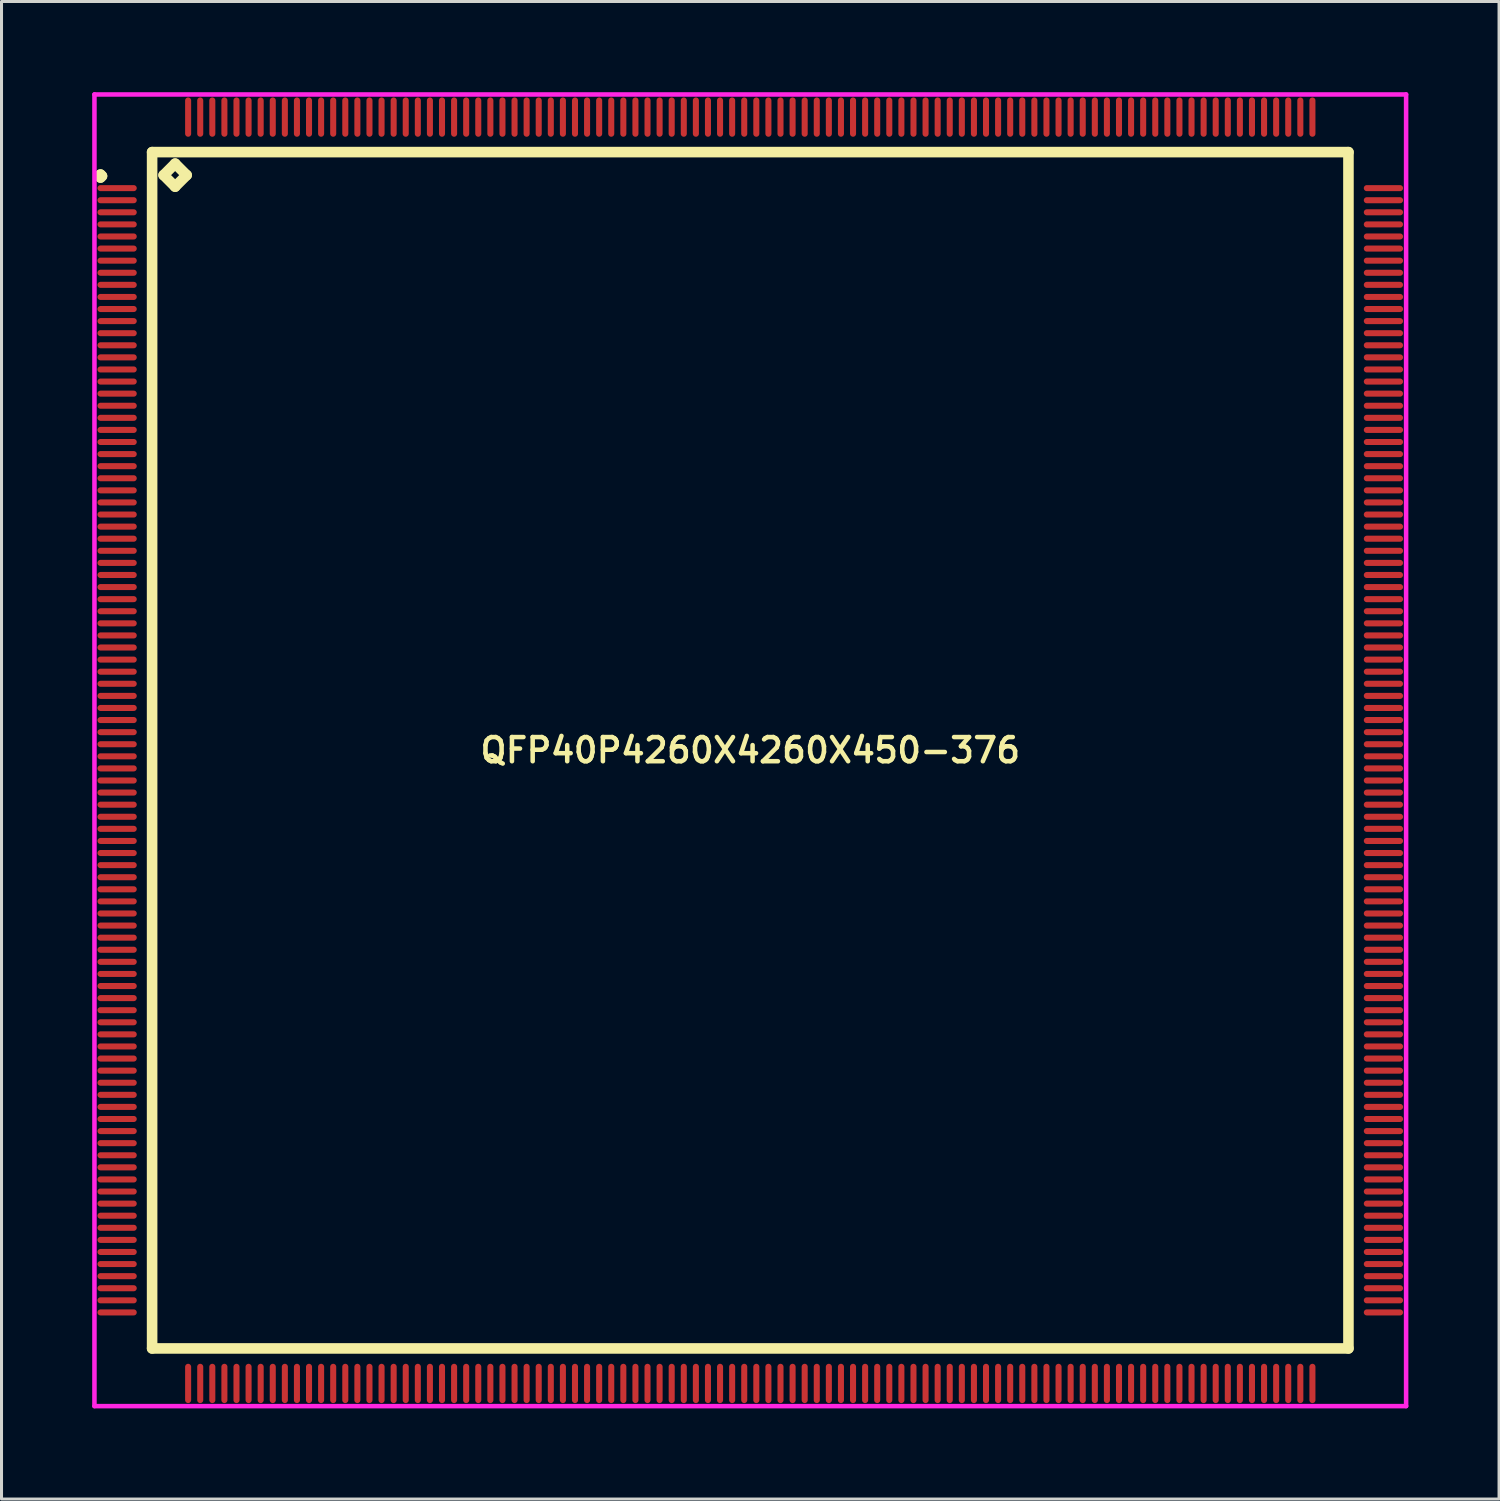
<source format=kicad_pcb>
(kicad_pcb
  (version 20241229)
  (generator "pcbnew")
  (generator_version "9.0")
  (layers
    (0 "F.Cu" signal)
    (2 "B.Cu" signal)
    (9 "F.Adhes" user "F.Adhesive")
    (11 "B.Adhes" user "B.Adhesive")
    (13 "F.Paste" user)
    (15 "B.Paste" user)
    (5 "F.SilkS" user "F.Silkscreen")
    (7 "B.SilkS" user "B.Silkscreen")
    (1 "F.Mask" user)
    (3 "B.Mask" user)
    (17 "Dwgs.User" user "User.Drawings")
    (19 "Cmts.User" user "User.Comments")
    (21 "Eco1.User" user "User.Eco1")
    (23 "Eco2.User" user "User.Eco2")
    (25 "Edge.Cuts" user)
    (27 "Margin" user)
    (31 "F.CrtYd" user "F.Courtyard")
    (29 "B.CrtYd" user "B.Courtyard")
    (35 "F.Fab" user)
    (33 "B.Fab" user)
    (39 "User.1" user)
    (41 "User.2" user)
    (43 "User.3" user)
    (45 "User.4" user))
  (footprint "QFP40P4260X4260X450-376"
    (layer "F.Cu")
    (at 21.775 21.775)
    (property "Reference" "QFP40P4260X4260X450-376" (at 0 0 0) (layer "F.SilkS") (effects (font (size 0.8 0.8) (thickness 0.15))))
    (attr through_hole)
    (fp_line (start -21.55 -19) (end -21.5 -19.05) (stroke (width 0.35) (type solid)) (layer "F.SilkS"))
    (fp_line (start -21.5 -19.05) (end -21.45 -19) (stroke (width 0.35) (type solid)) (layer "F.SilkS"))
    (fp_line (start -21.5 -18.95) (end -21.55 -19) (stroke (width 0.35) (type solid)) (layer "F.SilkS"))
    (fp_line (start -21.45 -19) (end -21.5 -18.95) (stroke (width 0.35) (type solid)) (layer "F.SilkS"))
    (fp_line (start -19.792 -19.792) (end -19.792 19.792) (stroke (width 0.35) (type solid)) (layer "F.SilkS"))
    (fp_line (start -19.792 19.792) (end 19.792 19.792) (stroke (width 0.35) (type solid)) (layer "F.SilkS"))
    (fp_line (start -19.411 -19.03) (end -19.03 -19.411) (stroke (width 0.35) (type solid)) (layer "F.SilkS"))
    (fp_line (start -19.03 -19.411) (end -18.649 -19.03) (stroke (width 0.35) (type solid)) (layer "F.SilkS"))
    (fp_line (start -19.03 -18.649) (end -19.411 -19.03) (stroke (width 0.35) (type solid)) (layer "F.SilkS"))
    (fp_line (start -18.649 -19.03) (end -19.03 -18.649) (stroke (width 0.35) (type solid)) (layer "F.SilkS"))
    (fp_line (start 19.792 -19.792) (end -19.792 -19.792) (stroke (width 0.35) (type solid)) (layer "F.SilkS"))
    (fp_line (start 19.792 19.792) (end 19.792 -19.792) (stroke (width 0.35) (type solid)) (layer "F.SilkS"))
    (fp_line (start -21.7 -21.7) (end 21.7 -21.7) (stroke (width 0.15) (type solid)) (layer "F.CrtYd"))
    (fp_line (start -21.7 21.7) (end -21.7 -21.7) (stroke (width 0.15) (type solid)) (layer "F.CrtYd"))
    (fp_line (start 21.7 -21.7) (end 21.7 21.7) (stroke (width 0.15) (type solid)) (layer "F.CrtYd"))
    (fp_line (start 21.7 21.7) (end -21.7 21.7) (stroke (width 0.15) (type solid)) (layer "F.CrtYd"))
    (pad "1" smd oval (at -20.95 -18.6) (size 1.3 0.2) (layers "F.Cu" "F.Mask" "F.Paste"))
    (pad "2" smd oval (at -20.95 -18.2) (size 1.3 0.2) (layers "F.Cu" "F.Mask" "F.Paste"))
    (pad "3" smd oval (at -20.95 -17.8) (size 1.3 0.2) (layers "F.Cu" "F.Mask" "F.Paste"))
    (pad "4" smd oval (at -20.95 -17.4) (size 1.3 0.2) (layers "F.Cu" "F.Mask" "F.Paste"))
    (pad "5" smd oval (at -20.95 -17) (size 1.3 0.2) (layers "F.Cu" "F.Mask" "F.Paste"))
    (pad "6" smd oval (at -20.95 -16.6) (size 1.3 0.2) (layers "F.Cu" "F.Mask" "F.Paste"))
    (pad "7" smd oval (at -20.95 -16.2) (size 1.3 0.2) (layers "F.Cu" "F.Mask" "F.Paste"))
    (pad "8" smd oval (at -20.95 -15.8) (size 1.3 0.2) (layers "F.Cu" "F.Mask" "F.Paste"))
    (pad "9" smd oval (at -20.95 -15.4) (size 1.3 0.2) (layers "F.Cu" "F.Mask" "F.Paste"))
    (pad "10" smd oval (at -20.95 -15) (size 1.3 0.2) (layers "F.Cu" "F.Mask" "F.Paste"))
    (pad "11" smd oval (at -20.95 -14.6) (size 1.3 0.2) (layers "F.Cu" "F.Mask" "F.Paste"))
    (pad "12" smd oval (at -20.95 -14.2) (size 1.3 0.2) (layers "F.Cu" "F.Mask" "F.Paste"))
    (pad "13" smd oval (at -20.95 -13.8) (size 1.3 0.2) (layers "F.Cu" "F.Mask" "F.Paste"))
    (pad "14" smd oval (at -20.95 -13.4) (size 1.3 0.2) (layers "F.Cu" "F.Mask" "F.Paste"))
    (pad "15" smd oval (at -20.95 -13) (size 1.3 0.2) (layers "F.Cu" "F.Mask" "F.Paste"))
    (pad "16" smd oval (at -20.95 -12.6) (size 1.3 0.2) (layers "F.Cu" "F.Mask" "F.Paste"))
    (pad "17" smd oval (at -20.95 -12.2) (size 1.3 0.2) (layers "F.Cu" "F.Mask" "F.Paste"))
    (pad "18" smd oval (at -20.95 -11.8) (size 1.3 0.2) (layers "F.Cu" "F.Mask" "F.Paste"))
    (pad "19" smd oval (at -20.95 -11.4) (size 1.3 0.2) (layers "F.Cu" "F.Mask" "F.Paste"))
    (pad "20" smd oval (at -20.95 -11) (size 1.3 0.2) (layers "F.Cu" "F.Mask" "F.Paste"))
    (pad "21" smd oval (at -20.95 -10.6) (size 1.3 0.2) (layers "F.Cu" "F.Mask" "F.Paste"))
    (pad "22" smd oval (at -20.95 -10.2) (size 1.3 0.2) (layers "F.Cu" "F.Mask" "F.Paste"))
    (pad "23" smd oval (at -20.95 -9.8) (size 1.3 0.2) (layers "F.Cu" "F.Mask" "F.Paste"))
    (pad "24" smd oval (at -20.95 -9.4) (size 1.3 0.2) (layers "F.Cu" "F.Mask" "F.Paste"))
    (pad "25" smd oval (at -20.95 -9) (size 1.3 0.2) (layers "F.Cu" "F.Mask" "F.Paste"))
    (pad "26" smd oval (at -20.95 -8.6) (size 1.3 0.2) (layers "F.Cu" "F.Mask" "F.Paste"))
    (pad "27" smd oval (at -20.95 -8.2) (size 1.3 0.2) (layers "F.Cu" "F.Mask" "F.Paste"))
    (pad "28" smd oval (at -20.95 -7.8) (size 1.3 0.2) (layers "F.Cu" "F.Mask" "F.Paste"))
    (pad "29" smd oval (at -20.95 -7.4) (size 1.3 0.2) (layers "F.Cu" "F.Mask" "F.Paste"))
    (pad "30" smd oval (at -20.95 -7) (size 1.3 0.2) (layers "F.Cu" "F.Mask" "F.Paste"))
    (pad "31" smd oval (at -20.95 -6.6) (size 1.3 0.2) (layers "F.Cu" "F.Mask" "F.Paste"))
    (pad "32" smd oval (at -20.95 -6.2) (size 1.3 0.2) (layers "F.Cu" "F.Mask" "F.Paste"))
    (pad "33" smd oval (at -20.95 -5.8) (size 1.3 0.2) (layers "F.Cu" "F.Mask" "F.Paste"))
    (pad "34" smd oval (at -20.95 -5.4) (size 1.3 0.2) (layers "F.Cu" "F.Mask" "F.Paste"))
    (pad "35" smd oval (at -20.95 -5) (size 1.3 0.2) (layers "F.Cu" "F.Mask" "F.Paste"))
    (pad "36" smd oval (at -20.95 -4.6) (size 1.3 0.2) (layers "F.Cu" "F.Mask" "F.Paste"))
    (pad "37" smd oval (at -20.95 -4.2) (size 1.3 0.2) (layers "F.Cu" "F.Mask" "F.Paste"))
    (pad "38" smd oval (at -20.95 -3.8) (size 1.3 0.2) (layers "F.Cu" "F.Mask" "F.Paste"))
    (pad "39" smd oval (at -20.95 -3.4) (size 1.3 0.2) (layers "F.Cu" "F.Mask" "F.Paste"))
    (pad "40" smd oval (at -20.95 -3) (size 1.3 0.2) (layers "F.Cu" "F.Mask" "F.Paste"))
    (pad "41" smd oval (at -20.95 -2.6) (size 1.3 0.2) (layers "F.Cu" "F.Mask" "F.Paste"))
    (pad "42" smd oval (at -20.95 -2.2) (size 1.3 0.2) (layers "F.Cu" "F.Mask" "F.Paste"))
    (pad "43" smd oval (at -20.95 -1.8) (size 1.3 0.2) (layers "F.Cu" "F.Mask" "F.Paste"))
    (pad "44" smd oval (at -20.95 -1.4) (size 1.3 0.2) (layers "F.Cu" "F.Mask" "F.Paste"))
    (pad "45" smd oval (at -20.95 -1) (size 1.3 0.2) (layers "F.Cu" "F.Mask" "F.Paste"))
    (pad "46" smd oval (at -20.95 -0.6) (size 1.3 0.2) (layers "F.Cu" "F.Mask" "F.Paste"))
    (pad "47" smd oval (at -20.95 -0.2) (size 1.3 0.2) (layers "F.Cu" "F.Mask" "F.Paste"))
    (pad "48" smd oval (at -20.95 0.2) (size 1.3 0.2) (layers "F.Cu" "F.Mask" "F.Paste"))
    (pad "49" smd oval (at -20.95 0.6) (size 1.3 0.2) (layers "F.Cu" "F.Mask" "F.Paste"))
    (pad "50" smd oval (at -20.95 1) (size 1.3 0.2) (layers "F.Cu" "F.Mask" "F.Paste"))
    (pad "51" smd oval (at -20.95 1.4) (size 1.3 0.2) (layers "F.Cu" "F.Mask" "F.Paste"))
    (pad "52" smd oval (at -20.95 1.8) (size 1.3 0.2) (layers "F.Cu" "F.Mask" "F.Paste"))
    (pad "53" smd oval (at -20.95 2.2) (size 1.3 0.2) (layers "F.Cu" "F.Mask" "F.Paste"))
    (pad "54" smd oval (at -20.95 2.6) (size 1.3 0.2) (layers "F.Cu" "F.Mask" "F.Paste"))
    (pad "55" smd oval (at -20.95 3) (size 1.3 0.2) (layers "F.Cu" "F.Mask" "F.Paste"))
    (pad "56" smd oval (at -20.95 3.4) (size 1.3 0.2) (layers "F.Cu" "F.Mask" "F.Paste"))
    (pad "57" smd oval (at -20.95 3.8) (size 1.3 0.2) (layers "F.Cu" "F.Mask" "F.Paste"))
    (pad "58" smd oval (at -20.95 4.2) (size 1.3 0.2) (layers "F.Cu" "F.Mask" "F.Paste"))
    (pad "59" smd oval (at -20.95 4.6) (size 1.3 0.2) (layers "F.Cu" "F.Mask" "F.Paste"))
    (pad "60" smd oval (at -20.95 5) (size 1.3 0.2) (layers "F.Cu" "F.Mask" "F.Paste"))
    (pad "61" smd oval (at -20.95 5.4) (size 1.3 0.2) (layers "F.Cu" "F.Mask" "F.Paste"))
    (pad "62" smd oval (at -20.95 5.8) (size 1.3 0.2) (layers "F.Cu" "F.Mask" "F.Paste"))
    (pad "63" smd oval (at -20.95 6.2) (size 1.3 0.2) (layers "F.Cu" "F.Mask" "F.Paste"))
    (pad "64" smd oval (at -20.95 6.6) (size 1.3 0.2) (layers "F.Cu" "F.Mask" "F.Paste"))
    (pad "65" smd oval (at -20.95 7) (size 1.3 0.2) (layers "F.Cu" "F.Mask" "F.Paste"))
    (pad "66" smd oval (at -20.95 7.4) (size 1.3 0.2) (layers "F.Cu" "F.Mask" "F.Paste"))
    (pad "67" smd oval (at -20.95 7.8) (size 1.3 0.2) (layers "F.Cu" "F.Mask" "F.Paste"))
    (pad "68" smd oval (at -20.95 8.2) (size 1.3 0.2) (layers "F.Cu" "F.Mask" "F.Paste"))
    (pad "69" smd oval (at -20.95 8.6) (size 1.3 0.2) (layers "F.Cu" "F.Mask" "F.Paste"))
    (pad "70" smd oval (at -20.95 9) (size 1.3 0.2) (layers "F.Cu" "F.Mask" "F.Paste"))
    (pad "71" smd oval (at -20.95 9.4) (size 1.3 0.2) (layers "F.Cu" "F.Mask" "F.Paste"))
    (pad "72" smd oval (at -20.95 9.8) (size 1.3 0.2) (layers "F.Cu" "F.Mask" "F.Paste"))
    (pad "73" smd oval (at -20.95 10.2) (size 1.3 0.2) (layers "F.Cu" "F.Mask" "F.Paste"))
    (pad "74" smd oval (at -20.95 10.6) (size 1.3 0.2) (layers "F.Cu" "F.Mask" "F.Paste"))
    (pad "75" smd oval (at -20.95 11) (size 1.3 0.2) (layers "F.Cu" "F.Mask" "F.Paste"))
    (pad "76" smd oval (at -20.95 11.4) (size 1.3 0.2) (layers "F.Cu" "F.Mask" "F.Paste"))
    (pad "77" smd oval (at -20.95 11.8) (size 1.3 0.2) (layers "F.Cu" "F.Mask" "F.Paste"))
    (pad "78" smd oval (at -20.95 12.2) (size 1.3 0.2) (layers "F.Cu" "F.Mask" "F.Paste"))
    (pad "79" smd oval (at -20.95 12.6) (size 1.3 0.2) (layers "F.Cu" "F.Mask" "F.Paste"))
    (pad "80" smd oval (at -20.95 13) (size 1.3 0.2) (layers "F.Cu" "F.Mask" "F.Paste"))
    (pad "81" smd oval (at -20.95 13.4) (size 1.3 0.2) (layers "F.Cu" "F.Mask" "F.Paste"))
    (pad "82" smd oval (at -20.95 13.8) (size 1.3 0.2) (layers "F.Cu" "F.Mask" "F.Paste"))
    (pad "83" smd oval (at -20.95 14.2) (size 1.3 0.2) (layers "F.Cu" "F.Mask" "F.Paste"))
    (pad "84" smd oval (at -20.95 14.6) (size 1.3 0.2) (layers "F.Cu" "F.Mask" "F.Paste"))
    (pad "85" smd oval (at -20.95 15) (size 1.3 0.2) (layers "F.Cu" "F.Mask" "F.Paste"))
    (pad "86" smd oval (at -20.95 15.4) (size 1.3 0.2) (layers "F.Cu" "F.Mask" "F.Paste"))
    (pad "87" smd oval (at -20.95 15.8) (size 1.3 0.2) (layers "F.Cu" "F.Mask" "F.Paste"))
    (pad "88" smd oval (at -20.95 16.2) (size 1.3 0.2) (layers "F.Cu" "F.Mask" "F.Paste"))
    (pad "89" smd oval (at -20.95 16.6) (size 1.3 0.2) (layers "F.Cu" "F.Mask" "F.Paste"))
    (pad "90" smd oval (at -20.95 17) (size 1.3 0.2) (layers "F.Cu" "F.Mask" "F.Paste"))
    (pad "91" smd oval (at -20.95 17.4) (size 1.3 0.2) (layers "F.Cu" "F.Mask" "F.Paste"))
    (pad "92" smd oval (at -20.95 17.8) (size 1.3 0.2) (layers "F.Cu" "F.Mask" "F.Paste"))
    (pad "93" smd oval (at -20.95 18.2) (size 1.3 0.2) (layers "F.Cu" "F.Mask" "F.Paste"))
    (pad "94" smd oval (at -20.95 18.6) (size 1.3 0.2) (layers "F.Cu" "F.Mask" "F.Paste"))
    (pad "95" smd oval (at -18.6 20.95) (size 0.2 1.3) (layers "F.Cu" "F.Mask" "F.Paste"))
    (pad "96" smd oval (at -18.2 20.95) (size 0.2 1.3) (layers "F.Cu" "F.Mask" "F.Paste"))
    (pad "97" smd oval (at -17.8 20.95) (size 0.2 1.3) (layers "F.Cu" "F.Mask" "F.Paste"))
    (pad "98" smd oval (at -17.4 20.95) (size 0.2 1.3) (layers "F.Cu" "F.Mask" "F.Paste"))
    (pad "99" smd oval (at -17 20.95) (size 0.2 1.3) (layers "F.Cu" "F.Mask" "F.Paste"))
    (pad "100" smd oval (at -16.6 20.95) (size 0.2 1.3) (layers "F.Cu" "F.Mask" "F.Paste"))
    (pad "101" smd oval (at -16.2 20.95) (size 0.2 1.3) (layers "F.Cu" "F.Mask" "F.Paste"))
    (pad "102" smd oval (at -15.8 20.95) (size 0.2 1.3) (layers "F.Cu" "F.Mask" "F.Paste"))
    (pad "103" smd oval (at -15.4 20.95) (size 0.2 1.3) (layers "F.Cu" "F.Mask" "F.Paste"))
    (pad "104" smd oval (at -15 20.95) (size 0.2 1.3) (layers "F.Cu" "F.Mask" "F.Paste"))
    (pad "105" smd oval (at -14.6 20.95) (size 0.2 1.3) (layers "F.Cu" "F.Mask" "F.Paste"))
    (pad "106" smd oval (at -14.2 20.95) (size 0.2 1.3) (layers "F.Cu" "F.Mask" "F.Paste"))
    (pad "107" smd oval (at -13.8 20.95) (size 0.2 1.3) (layers "F.Cu" "F.Mask" "F.Paste"))
    (pad "108" smd oval (at -13.4 20.95) (size 0.2 1.3) (layers "F.Cu" "F.Mask" "F.Paste"))
    (pad "109" smd oval (at -13 20.95) (size 0.2 1.3) (layers "F.Cu" "F.Mask" "F.Paste"))
    (pad "110" smd oval (at -12.6 20.95) (size 0.2 1.3) (layers "F.Cu" "F.Mask" "F.Paste"))
    (pad "111" smd oval (at -12.2 20.95) (size 0.2 1.3) (layers "F.Cu" "F.Mask" "F.Paste"))
    (pad "112" smd oval (at -11.8 20.95) (size 0.2 1.3) (layers "F.Cu" "F.Mask" "F.Paste"))
    (pad "113" smd oval (at -11.4 20.95) (size 0.2 1.3) (layers "F.Cu" "F.Mask" "F.Paste"))
    (pad "114" smd oval (at -11 20.95) (size 0.2 1.3) (layers "F.Cu" "F.Mask" "F.Paste"))
    (pad "115" smd oval (at -10.6 20.95) (size 0.2 1.3) (layers "F.Cu" "F.Mask" "F.Paste"))
    (pad "116" smd oval (at -10.2 20.95) (size 0.2 1.3) (layers "F.Cu" "F.Mask" "F.Paste"))
    (pad "117" smd oval (at -9.8 20.95) (size 0.2 1.3) (layers "F.Cu" "F.Mask" "F.Paste"))
    (pad "118" smd oval (at -9.4 20.95) (size 0.2 1.3) (layers "F.Cu" "F.Mask" "F.Paste"))
    (pad "119" smd oval (at -9 20.95) (size 0.2 1.3) (layers "F.Cu" "F.Mask" "F.Paste"))
    (pad "120" smd oval (at -8.6 20.95) (size 0.2 1.3) (layers "F.Cu" "F.Mask" "F.Paste"))
    (pad "121" smd oval (at -8.2 20.95) (size 0.2 1.3) (layers "F.Cu" "F.Mask" "F.Paste"))
    (pad "122" smd oval (at -7.8 20.95) (size 0.2 1.3) (layers "F.Cu" "F.Mask" "F.Paste"))
    (pad "123" smd oval (at -7.4 20.95) (size 0.2 1.3) (layers "F.Cu" "F.Mask" "F.Paste"))
    (pad "124" smd oval (at -7 20.95) (size 0.2 1.3) (layers "F.Cu" "F.Mask" "F.Paste"))
    (pad "125" smd oval (at -6.6 20.95) (size 0.2 1.3) (layers "F.Cu" "F.Mask" "F.Paste"))
    (pad "126" smd oval (at -6.2 20.95) (size 0.2 1.3) (layers "F.Cu" "F.Mask" "F.Paste"))
    (pad "127" smd oval (at -5.8 20.95) (size 0.2 1.3) (layers "F.Cu" "F.Mask" "F.Paste"))
    (pad "128" smd oval (at -5.4 20.95) (size 0.2 1.3) (layers "F.Cu" "F.Mask" "F.Paste"))
    (pad "129" smd oval (at -5 20.95) (size 0.2 1.3) (layers "F.Cu" "F.Mask" "F.Paste"))
    (pad "130" smd oval (at -4.6 20.95) (size 0.2 1.3) (layers "F.Cu" "F.Mask" "F.Paste"))
    (pad "131" smd oval (at -4.2 20.95) (size 0.2 1.3) (layers "F.Cu" "F.Mask" "F.Paste"))
    (pad "132" smd oval (at -3.8 20.95) (size 0.2 1.3) (layers "F.Cu" "F.Mask" "F.Paste"))
    (pad "133" smd oval (at -3.4 20.95) (size 0.2 1.3) (layers "F.Cu" "F.Mask" "F.Paste"))
    (pad "134" smd oval (at -3 20.95) (size 0.2 1.3) (layers "F.Cu" "F.Mask" "F.Paste"))
    (pad "135" smd oval (at -2.6 20.95) (size 0.2 1.3) (layers "F.Cu" "F.Mask" "F.Paste"))
    (pad "136" smd oval (at -2.2 20.95) (size 0.2 1.3) (layers "F.Cu" "F.Mask" "F.Paste"))
    (pad "137" smd oval (at -1.8 20.95) (size 0.2 1.3) (layers "F.Cu" "F.Mask" "F.Paste"))
    (pad "138" smd oval (at -1.4 20.95) (size 0.2 1.3) (layers "F.Cu" "F.Mask" "F.Paste"))
    (pad "139" smd oval (at -1 20.95) (size 0.2 1.3) (layers "F.Cu" "F.Mask" "F.Paste"))
    (pad "140" smd oval (at -0.6 20.95) (size 0.2 1.3) (layers "F.Cu" "F.Mask" "F.Paste"))
    (pad "141" smd oval (at -0.2 20.95) (size 0.2 1.3) (layers "F.Cu" "F.Mask" "F.Paste"))
    (pad "142" smd oval (at 0.2 20.95) (size 0.2 1.3) (layers "F.Cu" "F.Mask" "F.Paste"))
    (pad "143" smd oval (at 0.6 20.95) (size 0.2 1.3) (layers "F.Cu" "F.Mask" "F.Paste"))
    (pad "144" smd oval (at 1 20.95) (size 0.2 1.3) (layers "F.Cu" "F.Mask" "F.Paste"))
    (pad "145" smd oval (at 1.4 20.95) (size 0.2 1.3) (layers "F.Cu" "F.Mask" "F.Paste"))
    (pad "146" smd oval (at 1.8 20.95) (size 0.2 1.3) (layers "F.Cu" "F.Mask" "F.Paste"))
    (pad "147" smd oval (at 2.2 20.95) (size 0.2 1.3) (layers "F.Cu" "F.Mask" "F.Paste"))
    (pad "148" smd oval (at 2.6 20.95) (size 0.2 1.3) (layers "F.Cu" "F.Mask" "F.Paste"))
    (pad "149" smd oval (at 3 20.95) (size 0.2 1.3) (layers "F.Cu" "F.Mask" "F.Paste"))
    (pad "150" smd oval (at 3.4 20.95) (size 0.2 1.3) (layers "F.Cu" "F.Mask" "F.Paste"))
    (pad "151" smd oval (at 3.8 20.95) (size 0.2 1.3) (layers "F.Cu" "F.Mask" "F.Paste"))
    (pad "152" smd oval (at 4.2 20.95) (size 0.2 1.3) (layers "F.Cu" "F.Mask" "F.Paste"))
    (pad "153" smd oval (at 4.6 20.95) (size 0.2 1.3) (layers "F.Cu" "F.Mask" "F.Paste"))
    (pad "154" smd oval (at 5 20.95) (size 0.2 1.3) (layers "F.Cu" "F.Mask" "F.Paste"))
    (pad "155" smd oval (at 5.4 20.95) (size 0.2 1.3) (layers "F.Cu" "F.Mask" "F.Paste"))
    (pad "156" smd oval (at 5.8 20.95) (size 0.2 1.3) (layers "F.Cu" "F.Mask" "F.Paste"))
    (pad "157" smd oval (at 6.2 20.95) (size 0.2 1.3) (layers "F.Cu" "F.Mask" "F.Paste"))
    (pad "158" smd oval (at 6.6 20.95) (size 0.2 1.3) (layers "F.Cu" "F.Mask" "F.Paste"))
    (pad "159" smd oval (at 7 20.95) (size 0.2 1.3) (layers "F.Cu" "F.Mask" "F.Paste"))
    (pad "160" smd oval (at 7.4 20.95) (size 0.2 1.3) (layers "F.Cu" "F.Mask" "F.Paste"))
    (pad "161" smd oval (at 7.8 20.95) (size 0.2 1.3) (layers "F.Cu" "F.Mask" "F.Paste"))
    (pad "162" smd oval (at 8.2 20.95) (size 0.2 1.3) (layers "F.Cu" "F.Mask" "F.Paste"))
    (pad "163" smd oval (at 8.6 20.95) (size 0.2 1.3) (layers "F.Cu" "F.Mask" "F.Paste"))
    (pad "164" smd oval (at 9 20.95) (size 0.2 1.3) (layers "F.Cu" "F.Mask" "F.Paste"))
    (pad "165" smd oval (at 9.4 20.95) (size 0.2 1.3) (layers "F.Cu" "F.Mask" "F.Paste"))
    (pad "166" smd oval (at 9.8 20.95) (size 0.2 1.3) (layers "F.Cu" "F.Mask" "F.Paste"))
    (pad "167" smd oval (at 10.2 20.95) (size 0.2 1.3) (layers "F.Cu" "F.Mask" "F.Paste"))
    (pad "168" smd oval (at 10.6 20.95) (size 0.2 1.3) (layers "F.Cu" "F.Mask" "F.Paste"))
    (pad "169" smd oval (at 11 20.95) (size 0.2 1.3) (layers "F.Cu" "F.Mask" "F.Paste"))
    (pad "170" smd oval (at 11.4 20.95) (size 0.2 1.3) (layers "F.Cu" "F.Mask" "F.Paste"))
    (pad "171" smd oval (at 11.8 20.95) (size 0.2 1.3) (layers "F.Cu" "F.Mask" "F.Paste"))
    (pad "172" smd oval (at 12.2 20.95) (size 0.2 1.3) (layers "F.Cu" "F.Mask" "F.Paste"))
    (pad "173" smd oval (at 12.6 20.95) (size 0.2 1.3) (layers "F.Cu" "F.Mask" "F.Paste"))
    (pad "174" smd oval (at 13 20.95) (size 0.2 1.3) (layers "F.Cu" "F.Mask" "F.Paste"))
    (pad "175" smd oval (at 13.4 20.95) (size 0.2 1.3) (layers "F.Cu" "F.Mask" "F.Paste"))
    (pad "176" smd oval (at 13.8 20.95) (size 0.2 1.3) (layers "F.Cu" "F.Mask" "F.Paste"))
    (pad "177" smd oval (at 14.2 20.95) (size 0.2 1.3) (layers "F.Cu" "F.Mask" "F.Paste"))
    (pad "178" smd oval (at 14.6 20.95) (size 0.2 1.3) (layers "F.Cu" "F.Mask" "F.Paste"))
    (pad "179" smd oval (at 15 20.95) (size 0.2 1.3) (layers "F.Cu" "F.Mask" "F.Paste"))
    (pad "180" smd oval (at 15.4 20.95) (size 0.2 1.3) (layers "F.Cu" "F.Mask" "F.Paste"))
    (pad "181" smd oval (at 15.8 20.95) (size 0.2 1.3) (layers "F.Cu" "F.Mask" "F.Paste"))
    (pad "182" smd oval (at 16.2 20.95) (size 0.2 1.3) (layers "F.Cu" "F.Mask" "F.Paste"))
    (pad "183" smd oval (at 16.6 20.95) (size 0.2 1.3) (layers "F.Cu" "F.Mask" "F.Paste"))
    (pad "184" smd oval (at 17 20.95) (size 0.2 1.3) (layers "F.Cu" "F.Mask" "F.Paste"))
    (pad "185" smd oval (at 17.4 20.95) (size 0.2 1.3) (layers "F.Cu" "F.Mask" "F.Paste"))
    (pad "186" smd oval (at 17.8 20.95) (size 0.2 1.3) (layers "F.Cu" "F.Mask" "F.Paste"))
    (pad "187" smd oval (at 18.2 20.95) (size 0.2 1.3) (layers "F.Cu" "F.Mask" "F.Paste"))
    (pad "188" smd oval (at 18.6 20.95) (size 0.2 1.3) (layers "F.Cu" "F.Mask" "F.Paste"))
    (pad "189" smd oval (at 20.95 18.6) (size 1.3 0.2) (layers "F.Cu" "F.Mask" "F.Paste"))
    (pad "190" smd oval (at 20.95 18.2) (size 1.3 0.2) (layers "F.Cu" "F.Mask" "F.Paste"))
    (pad "191" smd oval (at 20.95 17.8) (size 1.3 0.2) (layers "F.Cu" "F.Mask" "F.Paste"))
    (pad "192" smd oval (at 20.95 17.4) (size 1.3 0.2) (layers "F.Cu" "F.Mask" "F.Paste"))
    (pad "193" smd oval (at 20.95 17) (size 1.3 0.2) (layers "F.Cu" "F.Mask" "F.Paste"))
    (pad "194" smd oval (at 20.95 16.6) (size 1.3 0.2) (layers "F.Cu" "F.Mask" "F.Paste"))
    (pad "195" smd oval (at 20.95 16.2) (size 1.3 0.2) (layers "F.Cu" "F.Mask" "F.Paste"))
    (pad "196" smd oval (at 20.95 15.8) (size 1.3 0.2) (layers "F.Cu" "F.Mask" "F.Paste"))
    (pad "197" smd oval (at 20.95 15.4) (size 1.3 0.2) (layers "F.Cu" "F.Mask" "F.Paste"))
    (pad "198" smd oval (at 20.95 15) (size 1.3 0.2) (layers "F.Cu" "F.Mask" "F.Paste"))
    (pad "199" smd oval (at 20.95 14.6) (size 1.3 0.2) (layers "F.Cu" "F.Mask" "F.Paste"))
    (pad "200" smd oval (at 20.95 14.2) (size 1.3 0.2) (layers "F.Cu" "F.Mask" "F.Paste"))
    (pad "201" smd oval (at 20.95 13.8) (size 1.3 0.2) (layers "F.Cu" "F.Mask" "F.Paste"))
    (pad "202" smd oval (at 20.95 13.4) (size 1.3 0.2) (layers "F.Cu" "F.Mask" "F.Paste"))
    (pad "203" smd oval (at 20.95 13) (size 1.3 0.2) (layers "F.Cu" "F.Mask" "F.Paste"))
    (pad "204" smd oval (at 20.95 12.6) (size 1.3 0.2) (layers "F.Cu" "F.Mask" "F.Paste"))
    (pad "205" smd oval (at 20.95 12.2) (size 1.3 0.2) (layers "F.Cu" "F.Mask" "F.Paste"))
    (pad "206" smd oval (at 20.95 11.8) (size 1.3 0.2) (layers "F.Cu" "F.Mask" "F.Paste"))
    (pad "207" smd oval (at 20.95 11.4) (size 1.3 0.2) (layers "F.Cu" "F.Mask" "F.Paste"))
    (pad "208" smd oval (at 20.95 11) (size 1.3 0.2) (layers "F.Cu" "F.Mask" "F.Paste"))
    (pad "209" smd oval (at 20.95 10.6) (size 1.3 0.2) (layers "F.Cu" "F.Mask" "F.Paste"))
    (pad "210" smd oval (at 20.95 10.2) (size 1.3 0.2) (layers "F.Cu" "F.Mask" "F.Paste"))
    (pad "211" smd oval (at 20.95 9.8) (size 1.3 0.2) (layers "F.Cu" "F.Mask" "F.Paste"))
    (pad "212" smd oval (at 20.95 9.4) (size 1.3 0.2) (layers "F.Cu" "F.Mask" "F.Paste"))
    (pad "213" smd oval (at 20.95 9) (size 1.3 0.2) (layers "F.Cu" "F.Mask" "F.Paste"))
    (pad "214" smd oval (at 20.95 8.6) (size 1.3 0.2) (layers "F.Cu" "F.Mask" "F.Paste"))
    (pad "215" smd oval (at 20.95 8.2) (size 1.3 0.2) (layers "F.Cu" "F.Mask" "F.Paste"))
    (pad "216" smd oval (at 20.95 7.8) (size 1.3 0.2) (layers "F.Cu" "F.Mask" "F.Paste"))
    (pad "217" smd oval (at 20.95 7.4) (size 1.3 0.2) (layers "F.Cu" "F.Mask" "F.Paste"))
    (pad "218" smd oval (at 20.95 7) (size 1.3 0.2) (layers "F.Cu" "F.Mask" "F.Paste"))
    (pad "219" smd oval (at 20.95 6.6) (size 1.3 0.2) (layers "F.Cu" "F.Mask" "F.Paste"))
    (pad "220" smd oval (at 20.95 6.2) (size 1.3 0.2) (layers "F.Cu" "F.Mask" "F.Paste"))
    (pad "221" smd oval (at 20.95 5.8) (size 1.3 0.2) (layers "F.Cu" "F.Mask" "F.Paste"))
    (pad "222" smd oval (at 20.95 5.4) (size 1.3 0.2) (layers "F.Cu" "F.Mask" "F.Paste"))
    (pad "223" smd oval (at 20.95 5) (size 1.3 0.2) (layers "F.Cu" "F.Mask" "F.Paste"))
    (pad "224" smd oval (at 20.95 4.6) (size 1.3 0.2) (layers "F.Cu" "F.Mask" "F.Paste"))
    (pad "225" smd oval (at 20.95 4.2) (size 1.3 0.2) (layers "F.Cu" "F.Mask" "F.Paste"))
    (pad "226" smd oval (at 20.95 3.8) (size 1.3 0.2) (layers "F.Cu" "F.Mask" "F.Paste"))
    (pad "227" smd oval (at 20.95 3.4) (size 1.3 0.2) (layers "F.Cu" "F.Mask" "F.Paste"))
    (pad "228" smd oval (at 20.95 3) (size 1.3 0.2) (layers "F.Cu" "F.Mask" "F.Paste"))
    (pad "229" smd oval (at 20.95 2.6) (size 1.3 0.2) (layers "F.Cu" "F.Mask" "F.Paste"))
    (pad "230" smd oval (at 20.95 2.2) (size 1.3 0.2) (layers "F.Cu" "F.Mask" "F.Paste"))
    (pad "231" smd oval (at 20.95 1.8) (size 1.3 0.2) (layers "F.Cu" "F.Mask" "F.Paste"))
    (pad "232" smd oval (at 20.95 1.4) (size 1.3 0.2) (layers "F.Cu" "F.Mask" "F.Paste"))
    (pad "233" smd oval (at 20.95 1) (size 1.3 0.2) (layers "F.Cu" "F.Mask" "F.Paste"))
    (pad "234" smd oval (at 20.95 0.6) (size 1.3 0.2) (layers "F.Cu" "F.Mask" "F.Paste"))
    (pad "235" smd oval (at 20.95 0.2) (size 1.3 0.2) (layers "F.Cu" "F.Mask" "F.Paste"))
    (pad "236" smd oval (at 20.95 -0.2) (size 1.3 0.2) (layers "F.Cu" "F.Mask" "F.Paste"))
    (pad "237" smd oval (at 20.95 -0.6) (size 1.3 0.2) (layers "F.Cu" "F.Mask" "F.Paste"))
    (pad "238" smd oval (at 20.95 -1) (size 1.3 0.2) (layers "F.Cu" "F.Mask" "F.Paste"))
    (pad "239" smd oval (at 20.95 -1.4) (size 1.3 0.2) (layers "F.Cu" "F.Mask" "F.Paste"))
    (pad "240" smd oval (at 20.95 -1.8) (size 1.3 0.2) (layers "F.Cu" "F.Mask" "F.Paste"))
    (pad "241" smd oval (at 20.95 -2.2) (size 1.3 0.2) (layers "F.Cu" "F.Mask" "F.Paste"))
    (pad "242" smd oval (at 20.95 -2.6) (size 1.3 0.2) (layers "F.Cu" "F.Mask" "F.Paste"))
    (pad "243" smd oval (at 20.95 -3) (size 1.3 0.2) (layers "F.Cu" "F.Mask" "F.Paste"))
    (pad "244" smd oval (at 20.95 -3.4) (size 1.3 0.2) (layers "F.Cu" "F.Mask" "F.Paste"))
    (pad "245" smd oval (at 20.95 -3.8) (size 1.3 0.2) (layers "F.Cu" "F.Mask" "F.Paste"))
    (pad "246" smd oval (at 20.95 -4.2) (size 1.3 0.2) (layers "F.Cu" "F.Mask" "F.Paste"))
    (pad "247" smd oval (at 20.95 -4.6) (size 1.3 0.2) (layers "F.Cu" "F.Mask" "F.Paste"))
    (pad "248" smd oval (at 20.95 -5) (size 1.3 0.2) (layers "F.Cu" "F.Mask" "F.Paste"))
    (pad "249" smd oval (at 20.95 -5.4) (size 1.3 0.2) (layers "F.Cu" "F.Mask" "F.Paste"))
    (pad "250" smd oval (at 20.95 -5.8) (size 1.3 0.2) (layers "F.Cu" "F.Mask" "F.Paste"))
    (pad "251" smd oval (at 20.95 -6.2) (size 1.3 0.2) (layers "F.Cu" "F.Mask" "F.Paste"))
    (pad "252" smd oval (at 20.95 -6.6) (size 1.3 0.2) (layers "F.Cu" "F.Mask" "F.Paste"))
    (pad "253" smd oval (at 20.95 -7) (size 1.3 0.2) (layers "F.Cu" "F.Mask" "F.Paste"))
    (pad "254" smd oval (at 20.95 -7.4) (size 1.3 0.2) (layers "F.Cu" "F.Mask" "F.Paste"))
    (pad "255" smd oval (at 20.95 -7.8) (size 1.3 0.2) (layers "F.Cu" "F.Mask" "F.Paste"))
    (pad "256" smd oval (at 20.95 -8.2) (size 1.3 0.2) (layers "F.Cu" "F.Mask" "F.Paste"))
    (pad "257" smd oval (at 20.95 -8.6) (size 1.3 0.2) (layers "F.Cu" "F.Mask" "F.Paste"))
    (pad "258" smd oval (at 20.95 -9) (size 1.3 0.2) (layers "F.Cu" "F.Mask" "F.Paste"))
    (pad "259" smd oval (at 20.95 -9.4) (size 1.3 0.2) (layers "F.Cu" "F.Mask" "F.Paste"))
    (pad "260" smd oval (at 20.95 -9.8) (size 1.3 0.2) (layers "F.Cu" "F.Mask" "F.Paste"))
    (pad "261" smd oval (at 20.95 -10.2) (size 1.3 0.2) (layers "F.Cu" "F.Mask" "F.Paste"))
    (pad "262" smd oval (at 20.95 -10.6) (size 1.3 0.2) (layers "F.Cu" "F.Mask" "F.Paste"))
    (pad "263" smd oval (at 20.95 -11) (size 1.3 0.2) (layers "F.Cu" "F.Mask" "F.Paste"))
    (pad "264" smd oval (at 20.95 -11.4) (size 1.3 0.2) (layers "F.Cu" "F.Mask" "F.Paste"))
    (pad "265" smd oval (at 20.95 -11.8) (size 1.3 0.2) (layers "F.Cu" "F.Mask" "F.Paste"))
    (pad "266" smd oval (at 20.95 -12.2) (size 1.3 0.2) (layers "F.Cu" "F.Mask" "F.Paste"))
    (pad "267" smd oval (at 20.95 -12.6) (size 1.3 0.2) (layers "F.Cu" "F.Mask" "F.Paste"))
    (pad "268" smd oval (at 20.95 -13) (size 1.3 0.2) (layers "F.Cu" "F.Mask" "F.Paste"))
    (pad "269" smd oval (at 20.95 -13.4) (size 1.3 0.2) (layers "F.Cu" "F.Mask" "F.Paste"))
    (pad "270" smd oval (at 20.95 -13.8) (size 1.3 0.2) (layers "F.Cu" "F.Mask" "F.Paste"))
    (pad "271" smd oval (at 20.95 -14.2) (size 1.3 0.2) (layers "F.Cu" "F.Mask" "F.Paste"))
    (pad "272" smd oval (at 20.95 -14.6) (size 1.3 0.2) (layers "F.Cu" "F.Mask" "F.Paste"))
    (pad "273" smd oval (at 20.95 -15) (size 1.3 0.2) (layers "F.Cu" "F.Mask" "F.Paste"))
    (pad "274" smd oval (at 20.95 -15.4) (size 1.3 0.2) (layers "F.Cu" "F.Mask" "F.Paste"))
    (pad "275" smd oval (at 20.95 -15.8) (size 1.3 0.2) (layers "F.Cu" "F.Mask" "F.Paste"))
    (pad "276" smd oval (at 20.95 -16.2) (size 1.3 0.2) (layers "F.Cu" "F.Mask" "F.Paste"))
    (pad "277" smd oval (at 20.95 -16.6) (size 1.3 0.2) (layers "F.Cu" "F.Mask" "F.Paste"))
    (pad "278" smd oval (at 20.95 -17) (size 1.3 0.2) (layers "F.Cu" "F.Mask" "F.Paste"))
    (pad "279" smd oval (at 20.95 -17.4) (size 1.3 0.2) (layers "F.Cu" "F.Mask" "F.Paste"))
    (pad "280" smd oval (at 20.95 -17.8) (size 1.3 0.2) (layers "F.Cu" "F.Mask" "F.Paste"))
    (pad "281" smd oval (at 20.95 -18.2) (size 1.3 0.2) (layers "F.Cu" "F.Mask" "F.Paste"))
    (pad "282" smd oval (at 20.95 -18.6) (size 1.3 0.2) (layers "F.Cu" "F.Mask" "F.Paste"))
    (pad "283" smd oval (at 18.6 -20.95) (size 0.2 1.3) (layers "F.Cu" "F.Mask" "F.Paste"))
    (pad "284" smd oval (at 18.2 -20.95) (size 0.2 1.3) (layers "F.Cu" "F.Mask" "F.Paste"))
    (pad "285" smd oval (at 17.8 -20.95) (size 0.2 1.3) (layers "F.Cu" "F.Mask" "F.Paste"))
    (pad "286" smd oval (at 17.4 -20.95) (size 0.2 1.3) (layers "F.Cu" "F.Mask" "F.Paste"))
    (pad "287" smd oval (at 17 -20.95) (size 0.2 1.3) (layers "F.Cu" "F.Mask" "F.Paste"))
    (pad "288" smd oval (at 16.6 -20.95) (size 0.2 1.3) (layers "F.Cu" "F.Mask" "F.Paste"))
    (pad "289" smd oval (at 16.2 -20.95) (size 0.2 1.3) (layers "F.Cu" "F.Mask" "F.Paste"))
    (pad "290" smd oval (at 15.8 -20.95) (size 0.2 1.3) (layers "F.Cu" "F.Mask" "F.Paste"))
    (pad "291" smd oval (at 15.4 -20.95) (size 0.2 1.3) (layers "F.Cu" "F.Mask" "F.Paste"))
    (pad "292" smd oval (at 15 -20.95) (size 0.2 1.3) (layers "F.Cu" "F.Mask" "F.Paste"))
    (pad "293" smd oval (at 14.6 -20.95) (size 0.2 1.3) (layers "F.Cu" "F.Mask" "F.Paste"))
    (pad "294" smd oval (at 14.2 -20.95) (size 0.2 1.3) (layers "F.Cu" "F.Mask" "F.Paste"))
    (pad "295" smd oval (at 13.8 -20.95) (size 0.2 1.3) (layers "F.Cu" "F.Mask" "F.Paste"))
    (pad "296" smd oval (at 13.4 -20.95) (size 0.2 1.3) (layers "F.Cu" "F.Mask" "F.Paste"))
    (pad "297" smd oval (at 13 -20.95) (size 0.2 1.3) (layers "F.Cu" "F.Mask" "F.Paste"))
    (pad "298" smd oval (at 12.6 -20.95) (size 0.2 1.3) (layers "F.Cu" "F.Mask" "F.Paste"))
    (pad "299" smd oval (at 12.2 -20.95) (size 0.2 1.3) (layers "F.Cu" "F.Mask" "F.Paste"))
    (pad "300" smd oval (at 11.8 -20.95) (size 0.2 1.3) (layers "F.Cu" "F.Mask" "F.Paste"))
    (pad "301" smd oval (at 11.4 -20.95) (size 0.2 1.3) (layers "F.Cu" "F.Mask" "F.Paste"))
    (pad "302" smd oval (at 11 -20.95) (size 0.2 1.3) (layers "F.Cu" "F.Mask" "F.Paste"))
    (pad "303" smd oval (at 10.6 -20.95) (size 0.2 1.3) (layers "F.Cu" "F.Mask" "F.Paste"))
    (pad "304" smd oval (at 10.2 -20.95) (size 0.2 1.3) (layers "F.Cu" "F.Mask" "F.Paste"))
    (pad "305" smd oval (at 9.8 -20.95) (size 0.2 1.3) (layers "F.Cu" "F.Mask" "F.Paste"))
    (pad "306" smd oval (at 9.4 -20.95) (size 0.2 1.3) (layers "F.Cu" "F.Mask" "F.Paste"))
    (pad "307" smd oval (at 9 -20.95) (size 0.2 1.3) (layers "F.Cu" "F.Mask" "F.Paste"))
    (pad "308" smd oval (at 8.6 -20.95) (size 0.2 1.3) (layers "F.Cu" "F.Mask" "F.Paste"))
    (pad "309" smd oval (at 8.2 -20.95) (size 0.2 1.3) (layers "F.Cu" "F.Mask" "F.Paste"))
    (pad "310" smd oval (at 7.8 -20.95) (size 0.2 1.3) (layers "F.Cu" "F.Mask" "F.Paste"))
    (pad "311" smd oval (at 7.4 -20.95) (size 0.2 1.3) (layers "F.Cu" "F.Mask" "F.Paste"))
    (pad "312" smd oval (at 7 -20.95) (size 0.2 1.3) (layers "F.Cu" "F.Mask" "F.Paste"))
    (pad "313" smd oval (at 6.6 -20.95) (size 0.2 1.3) (layers "F.Cu" "F.Mask" "F.Paste"))
    (pad "314" smd oval (at 6.2 -20.95) (size 0.2 1.3) (layers "F.Cu" "F.Mask" "F.Paste"))
    (pad "315" smd oval (at 5.8 -20.95) (size 0.2 1.3) (layers "F.Cu" "F.Mask" "F.Paste"))
    (pad "316" smd oval (at 5.4 -20.95) (size 0.2 1.3) (layers "F.Cu" "F.Mask" "F.Paste"))
    (pad "317" smd oval (at 5 -20.95) (size 0.2 1.3) (layers "F.Cu" "F.Mask" "F.Paste"))
    (pad "318" smd oval (at 4.6 -20.95) (size 0.2 1.3) (layers "F.Cu" "F.Mask" "F.Paste"))
    (pad "319" smd oval (at 4.2 -20.95) (size 0.2 1.3) (layers "F.Cu" "F.Mask" "F.Paste"))
    (pad "320" smd oval (at 3.8 -20.95) (size 0.2 1.3) (layers "F.Cu" "F.Mask" "F.Paste"))
    (pad "321" smd oval (at 3.4 -20.95) (size 0.2 1.3) (layers "F.Cu" "F.Mask" "F.Paste"))
    (pad "322" smd oval (at 3 -20.95) (size 0.2 1.3) (layers "F.Cu" "F.Mask" "F.Paste"))
    (pad "323" smd oval (at 2.6 -20.95) (size 0.2 1.3) (layers "F.Cu" "F.Mask" "F.Paste"))
    (pad "324" smd oval (at 2.2 -20.95) (size 0.2 1.3) (layers "F.Cu" "F.Mask" "F.Paste"))
    (pad "325" smd oval (at 1.8 -20.95) (size 0.2 1.3) (layers "F.Cu" "F.Mask" "F.Paste"))
    (pad "326" smd oval (at 1.4 -20.95) (size 0.2 1.3) (layers "F.Cu" "F.Mask" "F.Paste"))
    (pad "327" smd oval (at 1 -20.95) (size 0.2 1.3) (layers "F.Cu" "F.Mask" "F.Paste"))
    (pad "328" smd oval (at 0.6 -20.95) (size 0.2 1.3) (layers "F.Cu" "F.Mask" "F.Paste"))
    (pad "329" smd oval (at 0.2 -20.95) (size 0.2 1.3) (layers "F.Cu" "F.Mask" "F.Paste"))
    (pad "330" smd oval (at -0.2 -20.95) (size 0.2 1.3) (layers "F.Cu" "F.Mask" "F.Paste"))
    (pad "331" smd oval (at -0.6 -20.95) (size 0.2 1.3) (layers "F.Cu" "F.Mask" "F.Paste"))
    (pad "332" smd oval (at -1 -20.95) (size 0.2 1.3) (layers "F.Cu" "F.Mask" "F.Paste"))
    (pad "333" smd oval (at -1.4 -20.95) (size 0.2 1.3) (layers "F.Cu" "F.Mask" "F.Paste"))
    (pad "334" smd oval (at -1.8 -20.95) (size 0.2 1.3) (layers "F.Cu" "F.Mask" "F.Paste"))
    (pad "335" smd oval (at -2.2 -20.95) (size 0.2 1.3) (layers "F.Cu" "F.Mask" "F.Paste"))
    (pad "336" smd oval (at -2.6 -20.95) (size 0.2 1.3) (layers "F.Cu" "F.Mask" "F.Paste"))
    (pad "337" smd oval (at -3 -20.95) (size 0.2 1.3) (layers "F.Cu" "F.Mask" "F.Paste"))
    (pad "338" smd oval (at -3.4 -20.95) (size 0.2 1.3) (layers "F.Cu" "F.Mask" "F.Paste"))
    (pad "339" smd oval (at -3.8 -20.95) (size 0.2 1.3) (layers "F.Cu" "F.Mask" "F.Paste"))
    (pad "340" smd oval (at -4.2 -20.95) (size 0.2 1.3) (layers "F.Cu" "F.Mask" "F.Paste"))
    (pad "341" smd oval (at -4.6 -20.95) (size 0.2 1.3) (layers "F.Cu" "F.Mask" "F.Paste"))
    (pad "342" smd oval (at -5 -20.95) (size 0.2 1.3) (layers "F.Cu" "F.Mask" "F.Paste"))
    (pad "343" smd oval (at -5.4 -20.95) (size 0.2 1.3) (layers "F.Cu" "F.Mask" "F.Paste"))
    (pad "344" smd oval (at -5.8 -20.95) (size 0.2 1.3) (layers "F.Cu" "F.Mask" "F.Paste"))
    (pad "345" smd oval (at -6.2 -20.95) (size 0.2 1.3) (layers "F.Cu" "F.Mask" "F.Paste"))
    (pad "346" smd oval (at -6.6 -20.95) (size 0.2 1.3) (layers "F.Cu" "F.Mask" "F.Paste"))
    (pad "347" smd oval (at -7 -20.95) (size 0.2 1.3) (layers "F.Cu" "F.Mask" "F.Paste"))
    (pad "348" smd oval (at -7.4 -20.95) (size 0.2 1.3) (layers "F.Cu" "F.Mask" "F.Paste"))
    (pad "349" smd oval (at -7.8 -20.95) (size 0.2 1.3) (layers "F.Cu" "F.Mask" "F.Paste"))
    (pad "350" smd oval (at -8.2 -20.95) (size 0.2 1.3) (layers "F.Cu" "F.Mask" "F.Paste"))
    (pad "351" smd oval (at -8.6 -20.95) (size 0.2 1.3) (layers "F.Cu" "F.Mask" "F.Paste"))
    (pad "352" smd oval (at -9 -20.95) (size 0.2 1.3) (layers "F.Cu" "F.Mask" "F.Paste"))
    (pad "353" smd oval (at -9.4 -20.95) (size 0.2 1.3) (layers "F.Cu" "F.Mask" "F.Paste"))
    (pad "354" smd oval (at -9.8 -20.95) (size 0.2 1.3) (layers "F.Cu" "F.Mask" "F.Paste"))
    (pad "355" smd oval (at -10.2 -20.95) (size 0.2 1.3) (layers "F.Cu" "F.Mask" "F.Paste"))
    (pad "356" smd oval (at -10.6 -20.95) (size 0.2 1.3) (layers "F.Cu" "F.Mask" "F.Paste"))
    (pad "357" smd oval (at -11 -20.95) (size 0.2 1.3) (layers "F.Cu" "F.Mask" "F.Paste"))
    (pad "358" smd oval (at -11.4 -20.95) (size 0.2 1.3) (layers "F.Cu" "F.Mask" "F.Paste"))
    (pad "359" smd oval (at -11.8 -20.95) (size 0.2 1.3) (layers "F.Cu" "F.Mask" "F.Paste"))
    (pad "360" smd oval (at -12.2 -20.95) (size 0.2 1.3) (layers "F.Cu" "F.Mask" "F.Paste"))
    (pad "361" smd oval (at -12.6 -20.95) (size 0.2 1.3) (layers "F.Cu" "F.Mask" "F.Paste"))
    (pad "362" smd oval (at -13 -20.95) (size 0.2 1.3) (layers "F.Cu" "F.Mask" "F.Paste"))
    (pad "363" smd oval (at -13.4 -20.95) (size 0.2 1.3) (layers "F.Cu" "F.Mask" "F.Paste"))
    (pad "364" smd oval (at -13.8 -20.95) (size 0.2 1.3) (layers "F.Cu" "F.Mask" "F.Paste"))
    (pad "365" smd oval (at -14.2 -20.95) (size 0.2 1.3) (layers "F.Cu" "F.Mask" "F.Paste"))
    (pad "366" smd oval (at -14.6 -20.95) (size 0.2 1.3) (layers "F.Cu" "F.Mask" "F.Paste"))
    (pad "367" smd oval (at -15 -20.95) (size 0.2 1.3) (layers "F.Cu" "F.Mask" "F.Paste"))
    (pad "368" smd oval (at -15.4 -20.95) (size 0.2 1.3) (layers "F.Cu" "F.Mask" "F.Paste"))
    (pad "369" smd oval (at -15.8 -20.95) (size 0.2 1.3) (layers "F.Cu" "F.Mask" "F.Paste"))
    (pad "370" smd oval (at -16.2 -20.95) (size 0.2 1.3) (layers "F.Cu" "F.Mask" "F.Paste"))
    (pad "371" smd oval (at -16.6 -20.95) (size 0.2 1.3) (layers "F.Cu" "F.Mask" "F.Paste"))
    (pad "372" smd oval (at -17 -20.95) (size 0.2 1.3) (layers "F.Cu" "F.Mask" "F.Paste"))
    (pad "373" smd oval (at -17.4 -20.95) (size 0.2 1.3) (layers "F.Cu" "F.Mask" "F.Paste"))
    (pad "374" smd oval (at -17.8 -20.95) (size 0.2 1.3) (layers "F.Cu" "F.Mask" "F.Paste"))
    (pad "375" smd oval (at -18.2 -20.95) (size 0.2 1.3) (layers "F.Cu" "F.Mask" "F.Paste"))
    (pad "376" smd oval (at -18.6 -20.95) (size 0.2 1.3) (layers "F.Cu" "F.Mask" "F.Paste")))
  (gr_rect
    (start -3 -3)
    (end 46.55 46.55)
    (stroke (width 0.1) (type default))
    (fill no)
    (layer "Edge.Cuts")))
</source>
